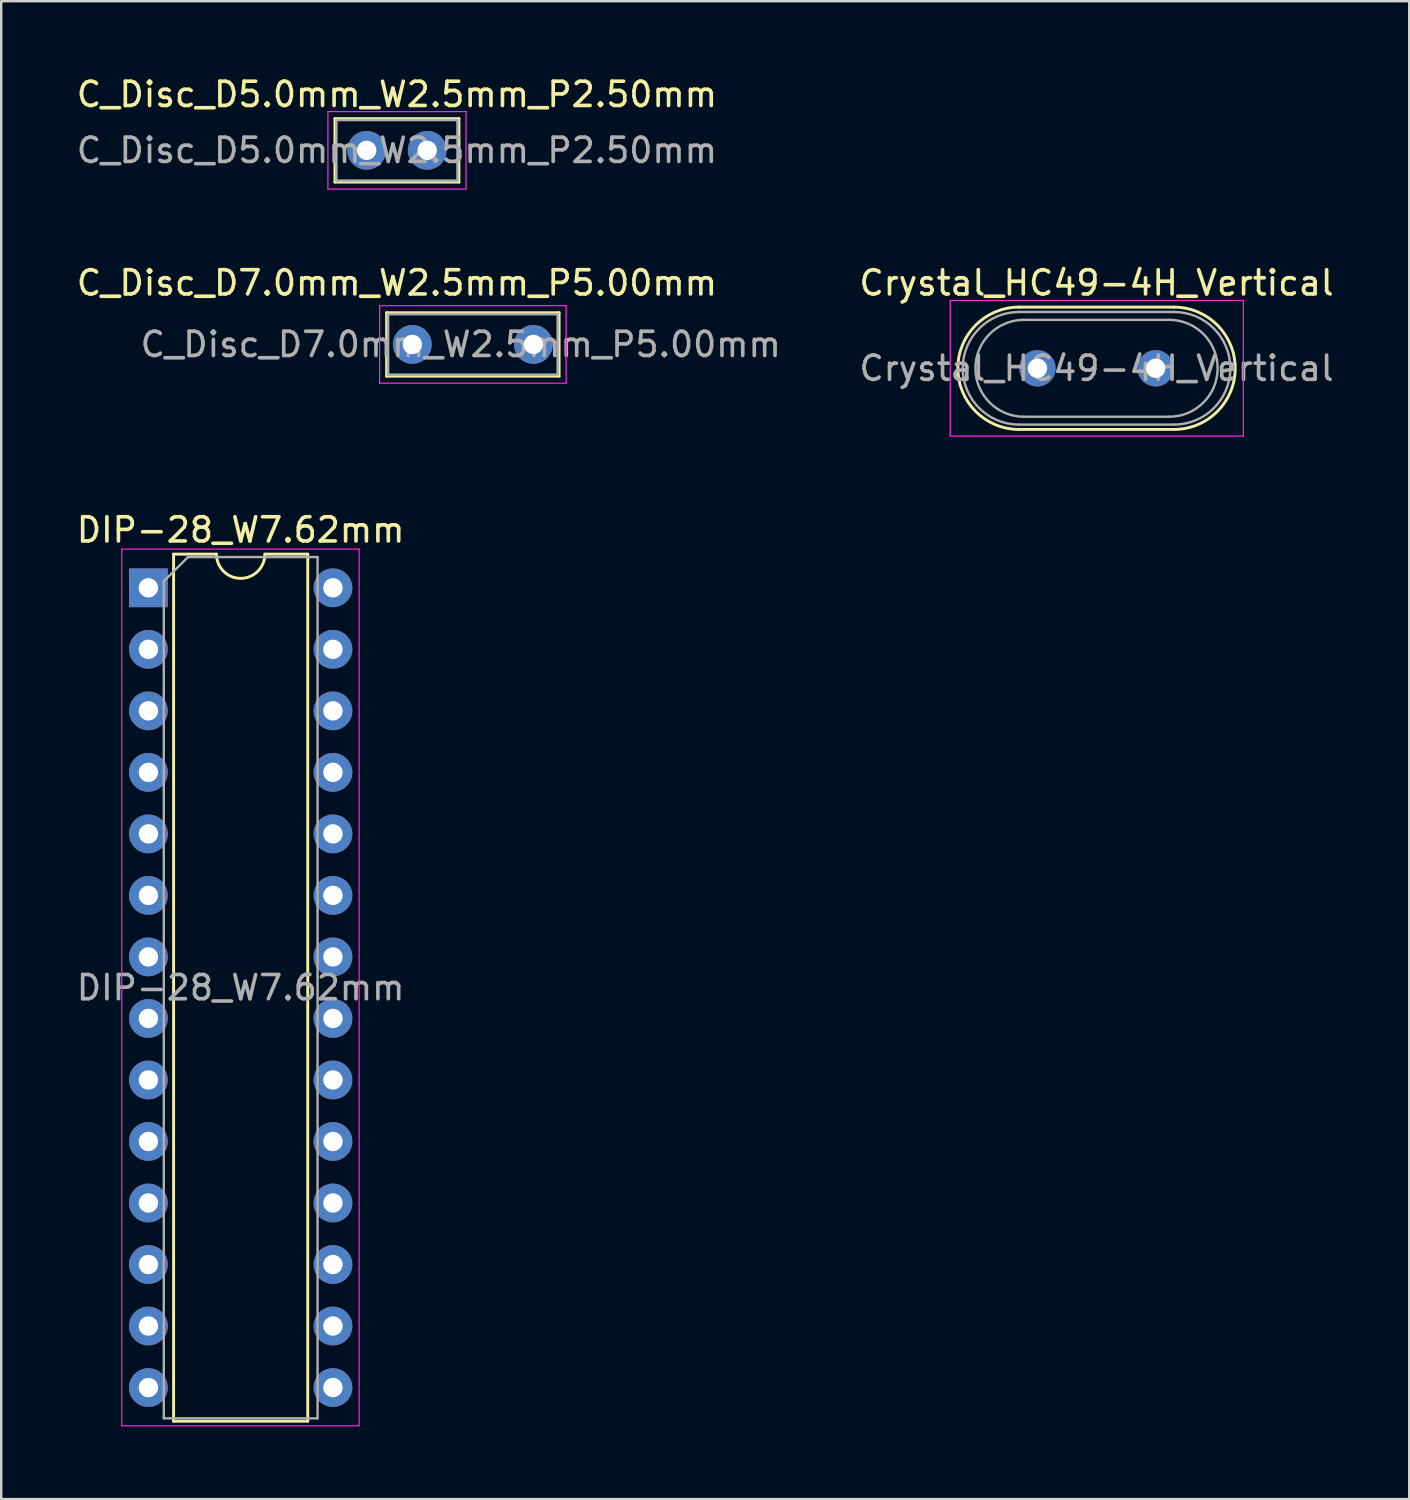
<source format=kicad_pcb>
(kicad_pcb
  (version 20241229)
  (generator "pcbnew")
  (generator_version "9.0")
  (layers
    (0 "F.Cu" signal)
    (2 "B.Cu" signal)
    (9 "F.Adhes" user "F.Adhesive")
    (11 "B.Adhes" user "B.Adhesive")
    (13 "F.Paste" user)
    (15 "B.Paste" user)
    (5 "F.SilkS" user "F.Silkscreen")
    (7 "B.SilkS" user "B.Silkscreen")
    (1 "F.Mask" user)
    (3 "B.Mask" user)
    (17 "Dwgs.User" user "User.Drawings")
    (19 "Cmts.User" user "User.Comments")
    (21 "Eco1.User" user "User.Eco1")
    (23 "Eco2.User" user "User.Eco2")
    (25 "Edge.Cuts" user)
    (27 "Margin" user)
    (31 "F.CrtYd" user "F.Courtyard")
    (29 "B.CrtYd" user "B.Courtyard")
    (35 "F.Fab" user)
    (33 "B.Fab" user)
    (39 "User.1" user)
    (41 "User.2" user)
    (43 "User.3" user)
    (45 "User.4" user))
  (footprint "C_Disc_D5.0mm_W2.5mm_P2.50mm"
    (layer "F.Cu")
    (at 12.089 3.158)
    (property "Reference" "C_Disc_D5.0mm_W2.5mm_P2.50mm" (at 1.25 -2.31 0) (layer "F.SilkS") (effects (font (size 1 1) (thickness 0.15))))
    (attr through_hole)
    (fp_line (start -1.31 -1.31) (end -1.31 1.31) (stroke (width 0.12) (type solid)) (layer "F.SilkS"))
    (fp_line (start -1.31 -1.31) (end 3.81 -1.31) (stroke (width 0.12) (type solid)) (layer "F.SilkS"))
    (fp_line (start -1.31 1.31) (end 3.81 1.31) (stroke (width 0.12) (type solid)) (layer "F.SilkS"))
    (fp_line (start 3.81 -1.31) (end 3.81 1.31) (stroke (width 0.12) (type solid)) (layer "F.SilkS"))
    (fp_line (start -1.6 -1.6) (end -1.6 1.6) (stroke (width 0.05) (type solid)) (layer "F.CrtYd"))
    (fp_line (start -1.6 1.6) (end 4.1 1.6) (stroke (width 0.05) (type solid)) (layer "F.CrtYd"))
    (fp_line (start 4.1 -1.6) (end -1.6 -1.6) (stroke (width 0.05) (type solid)) (layer "F.CrtYd"))
    (fp_line (start 4.1 1.6) (end 4.1 -1.6) (stroke (width 0.05) (type solid)) (layer "F.CrtYd"))
    (fp_line (start -1.25 -1.25) (end -1.25 1.25) (stroke (width 0.1) (type solid)) (layer "F.Fab"))
    (fp_line (start -1.25 1.25) (end 3.75 1.25) (stroke (width 0.1) (type solid)) (layer "F.Fab"))
    (fp_line (start 3.75 -1.25) (end -1.25 -1.25) (stroke (width 0.1) (type solid)) (layer "F.Fab"))
    (fp_line (start 3.75 1.25) (end 3.75 -1.25) (stroke (width 0.1) (type solid)) (layer "F.Fab"))
    (fp_text user "${REFERENCE}" (at 1.25 0 0) (layer "F.Fab") (effects (font (size 1 1) (thickness 0.15))))
    (pad "1" thru_hole circle (at 0 0) (size 1.6 1.6) (drill 0.8) (layers "*.Cu" "*.Mask"))
    (pad "2" thru_hole circle (at 2.5 0) (size 1.6 1.6) (drill 0.8) (layers "*.Cu" "*.Mask")))
  (footprint "Crystal_HC49-4H_Vertical"
    (layer "F.Cu")
    (at 39.784 12.156)
    (property "Reference" "Crystal_HC49-4H_Vertical" (at 2.44 -3.525 0) (layer "F.SilkS") (effects (font (size 1 1) (thickness 0.15))))
    (attr through_hole)
    (fp_line (start -0.76 -2.525) (end 5.64 -2.525) (stroke (width 0.12) (type solid)) (layer "F.SilkS"))
    (fp_line (start -0.76 2.525) (end 5.64 2.525) (stroke (width 0.12) (type solid)) (layer "F.SilkS"))
    (fp_arc (start -0.76 2.525) (mid -3.285 0) (end -0.76 -2.525) (stroke (width 0.12) (type solid)) (layer "F.SilkS"))
    (fp_arc (start 5.64 -2.525) (mid 8.165 0) (end 5.64 2.525) (stroke (width 0.12) (type solid)) (layer "F.SilkS"))
    (fp_line (start -3.6 -2.8) (end -3.6 2.8) (stroke (width 0.05) (type solid)) (layer "F.CrtYd"))
    (fp_line (start -3.6 2.8) (end 8.5 2.8) (stroke (width 0.05) (type solid)) (layer "F.CrtYd"))
    (fp_line (start 8.5 -2.8) (end -3.6 -2.8) (stroke (width 0.05) (type solid)) (layer "F.CrtYd"))
    (fp_line (start 8.5 2.8) (end 8.5 -2.8) (stroke (width 0.05) (type solid)) (layer "F.CrtYd"))
    (fp_line (start -0.76 -2.325) (end 5.64 -2.325) (stroke (width 0.1) (type solid)) (layer "F.Fab"))
    (fp_line (start -0.76 2.325) (end 5.64 2.325) (stroke (width 0.1) (type solid)) (layer "F.Fab"))
    (fp_line (start -0.56 -2) (end 5.44 -2) (stroke (width 0.1) (type solid)) (layer "F.Fab"))
    (fp_line (start -0.56 2) (end 5.44 2) (stroke (width 0.1) (type solid)) (layer "F.Fab"))
    (fp_arc (start -0.76 2.325) (mid -3.085 0) (end -0.76 -2.325) (stroke (width 0.1) (type solid)) (layer "F.Fab"))
    (fp_arc (start -0.56 2) (mid -2.56 0) (end -0.56 -2) (stroke (width 0.1) (type solid)) (layer "F.Fab"))
    (fp_arc (start 5.44 -2) (mid 7.44 0) (end 5.44 2) (stroke (width 0.1) (type solid)) (layer "F.Fab"))
    (fp_arc (start 5.64 -2.325) (mid 7.965 0) (end 5.64 2.325) (stroke (width 0.1) (type solid)) (layer "F.Fab"))
    (fp_text user "${REFERENCE}" (at 2.44 0 0) (layer "F.Fab") (effects (font (size 1 1) (thickness 0.15))))
    (pad "1" thru_hole circle (at 0 0) (size 1.5 1.5) (drill 0.8) (layers "*.Cu" "*.Mask"))
    (pad "2" thru_hole circle (at 4.88 0) (size 1.5 1.5) (drill 0.8) (layers "*.Cu" "*.Mask")))
  (footprint "C_Disc_D7.0mm_W2.5mm_P5.00mm"
    (layer "F.Cu")
    (at 13.974 11.171)
    (property "Reference" "C_Disc_D7.0mm_W2.5mm_P5.00mm" (at -0.635 -2.54 0) (layer "F.SilkS") (effects (font (size 1 1) (thickness 0.15))))
    (attr through_hole)
    (fp_line (start -1.06 -1.31) (end -1.06 1.31) (stroke (width 0.12) (type solid)) (layer "F.SilkS"))
    (fp_line (start -1.06 -1.31) (end 6.06 -1.31) (stroke (width 0.12) (type solid)) (layer "F.SilkS"))
    (fp_line (start -1.06 1.31) (end 6.06 1.31) (stroke (width 0.12) (type solid)) (layer "F.SilkS"))
    (fp_line (start 6.06 -1.31) (end 6.06 1.31) (stroke (width 0.12) (type solid)) (layer "F.SilkS"))
    (fp_line (start -1.35 -1.6) (end -1.35 1.6) (stroke (width 0.05) (type solid)) (layer "F.CrtYd"))
    (fp_line (start -1.35 1.6) (end 6.35 1.6) (stroke (width 0.05) (type solid)) (layer "F.CrtYd"))
    (fp_line (start 6.35 -1.6) (end -1.35 -1.6) (stroke (width 0.05) (type solid)) (layer "F.CrtYd"))
    (fp_line (start 6.35 1.6) (end 6.35 -1.6) (stroke (width 0.05) (type solid)) (layer "F.CrtYd"))
    (fp_line (start -1 -1.25) (end -1 1.25) (stroke (width 0.1) (type solid)) (layer "F.Fab"))
    (fp_line (start -1 1.25) (end 6 1.25) (stroke (width 0.1) (type solid)) (layer "F.Fab"))
    (fp_line (start 6 -1.25) (end -1 -1.25) (stroke (width 0.1) (type solid)) (layer "F.Fab"))
    (fp_line (start 6 1.25) (end 6 -1.25) (stroke (width 0.1) (type solid)) (layer "F.Fab"))
    (fp_text user "${REFERENCE}" (at 2 0 0) (layer "F.Fab") (effects (font (size 1 1) (thickness 0.15))))
    (pad "1" thru_hole circle (at 0 0) (size 1.6 1.6) (drill 0.8) (layers "*.Cu" "*.Mask"))
    (pad "2" thru_hole circle (at 5 0) (size 1.6 1.6) (drill 0.8) (layers "*.Cu" "*.Mask")))
  (footprint "DIP-28_W7.62mm"
    (layer "F.Cu")
    (at 3.077 21.22)
    (property "Reference" "DIP-28_W7.62mm" (at 3.81 -2.39 0) (layer "F.SilkS") (effects (font (size 1 1) (thickness 0.15))))
    (attr through_hole)
    (fp_line (start 1.04 -1.39) (end 1.04 34.41) (stroke (width 0.12) (type solid)) (layer "F.SilkS"))
    (fp_line (start 1.04 34.41) (end 6.58 34.41) (stroke (width 0.12) (type solid)) (layer "F.SilkS"))
    (fp_line (start 2.81 -1.39) (end 1.04 -1.39) (stroke (width 0.12) (type solid)) (layer "F.SilkS"))
    (fp_line (start 6.58 -1.39) (end 4.81 -1.39) (stroke (width 0.12) (type solid)) (layer "F.SilkS"))
    (fp_line (start 6.58 34.41) (end 6.58 -1.39) (stroke (width 0.12) (type solid)) (layer "F.SilkS"))
    (fp_arc (start 4.81 -1.39) (mid 3.81 -0.39) (end 2.81 -1.39) (stroke (width 0.12) (type solid)) (layer "F.SilkS"))
    (fp_line (start -1.1 -1.6) (end -1.1 34.6) (stroke (width 0.05) (type solid)) (layer "F.CrtYd"))
    (fp_line (start -1.1 34.6) (end 8.7 34.6) (stroke (width 0.05) (type solid)) (layer "F.CrtYd"))
    (fp_line (start 8.7 -1.6) (end -1.1 -1.6) (stroke (width 0.05) (type solid)) (layer "F.CrtYd"))
    (fp_line (start 8.7 34.6) (end 8.7 -1.6) (stroke (width 0.05) (type solid)) (layer "F.CrtYd"))
    (fp_line (start 0.635 -0.27) (end 1.635 -1.27) (stroke (width 0.1) (type solid)) (layer "F.Fab"))
    (fp_line (start 0.635 34.29) (end 0.635 -0.27) (stroke (width 0.1) (type solid)) (layer "F.Fab"))
    (fp_line (start 1.635 -1.27) (end 6.985 -1.27) (stroke (width 0.1) (type solid)) (layer "F.Fab"))
    (fp_line (start 6.985 -1.27) (end 6.985 34.29) (stroke (width 0.1) (type solid)) (layer "F.Fab"))
    (fp_line (start 6.985 34.29) (end 0.635 34.29) (stroke (width 0.1) (type solid)) (layer "F.Fab"))
    (fp_text user "${REFERENCE}" (at 3.81 16.51 0) (layer "F.Fab") (effects (font (size 1 1) (thickness 0.15))))
    (pad "1" thru_hole rect (at 0 0) (size 1.6 1.6) (drill 0.8) (layers "*.Cu" "*.Mask"))
    (pad "2" thru_hole oval (at 0 2.54) (size 1.6 1.6) (drill 0.8) (layers "*.Cu" "*.Mask"))
    (pad "3" thru_hole oval (at 0 5.08) (size 1.6 1.6) (drill 0.8) (layers "*.Cu" "*.Mask"))
    (pad "4" thru_hole oval (at 0 7.62) (size 1.6 1.6) (drill 0.8) (layers "*.Cu" "*.Mask"))
    (pad "5" thru_hole oval (at 0 10.16) (size 1.6 1.6) (drill 0.8) (layers "*.Cu" "*.Mask"))
    (pad "6" thru_hole oval (at 0 12.7) (size 1.6 1.6) (drill 0.8) (layers "*.Cu" "*.Mask"))
    (pad "7" thru_hole oval (at 0 15.24) (size 1.6 1.6) (drill 0.8) (layers "*.Cu" "*.Mask"))
    (pad "8" thru_hole oval (at 0 17.78) (size 1.6 1.6) (drill 0.8) (layers "*.Cu" "*.Mask"))
    (pad "9" thru_hole oval (at 0 20.32) (size 1.6 1.6) (drill 0.8) (layers "*.Cu" "*.Mask"))
    (pad "10" thru_hole oval (at 0 22.86) (size 1.6 1.6) (drill 0.8) (layers "*.Cu" "*.Mask"))
    (pad "11" thru_hole oval (at 0 25.4) (size 1.6 1.6) (drill 0.8) (layers "*.Cu" "*.Mask"))
    (pad "12" thru_hole oval (at 0 27.94) (size 1.6 1.6) (drill 0.8) (layers "*.Cu" "*.Mask"))
    (pad "13" thru_hole oval (at 0 30.48) (size 1.6 1.6) (drill 0.8) (layers "*.Cu" "*.Mask"))
    (pad "14" thru_hole oval (at 0 33.02) (size 1.6 1.6) (drill 0.8) (layers "*.Cu" "*.Mask"))
    (pad "15" thru_hole oval (at 7.62 33.02) (size 1.6 1.6) (drill 0.8) (layers "*.Cu" "*.Mask"))
    (pad "16" thru_hole oval (at 7.62 30.48) (size 1.6 1.6) (drill 0.8) (layers "*.Cu" "*.Mask"))
    (pad "17" thru_hole oval (at 7.62 27.94) (size 1.6 1.6) (drill 0.8) (layers "*.Cu" "*.Mask"))
    (pad "18" thru_hole oval (at 7.62 25.4) (size 1.6 1.6) (drill 0.8) (layers "*.Cu" "*.Mask"))
    (pad "19" thru_hole oval (at 7.62 22.86) (size 1.6 1.6) (drill 0.8) (layers "*.Cu" "*.Mask"))
    (pad "20" thru_hole oval (at 7.62 20.32) (size 1.6 1.6) (drill 0.8) (layers "*.Cu" "*.Mask"))
    (pad "21" thru_hole oval (at 7.62 17.78) (size 1.6 1.6) (drill 0.8) (layers "*.Cu" "*.Mask"))
    (pad "22" thru_hole oval (at 7.62 15.24) (size 1.6 1.6) (drill 0.8) (layers "*.Cu" "*.Mask"))
    (pad "23" thru_hole oval (at 7.62 12.7) (size 1.6 1.6) (drill 0.8) (layers "*.Cu" "*.Mask"))
    (pad "24" thru_hole oval (at 7.62 10.16) (size 1.6 1.6) (drill 0.8) (layers "*.Cu" "*.Mask"))
    (pad "25" thru_hole oval (at 7.62 7.62) (size 1.6 1.6) (drill 0.8) (layers "*.Cu" "*.Mask"))
    (pad "26" thru_hole oval (at 7.62 5.08) (size 1.6 1.6) (drill 0.8) (layers "*.Cu" "*.Mask"))
    (pad "27" thru_hole oval (at 7.62 2.54) (size 1.6 1.6) (drill 0.8) (layers "*.Cu" "*.Mask"))
    (pad "28" thru_hole oval (at 7.62 0) (size 1.6 1.6) (drill 0.8) (layers "*.Cu" "*.Mask")))
  (gr_rect
    (start -3 -3)
    (end 55.135 58.845)
    (stroke (width 0.1) (type default))
    (fill no)
    (layer "Edge.Cuts")))
</source>
